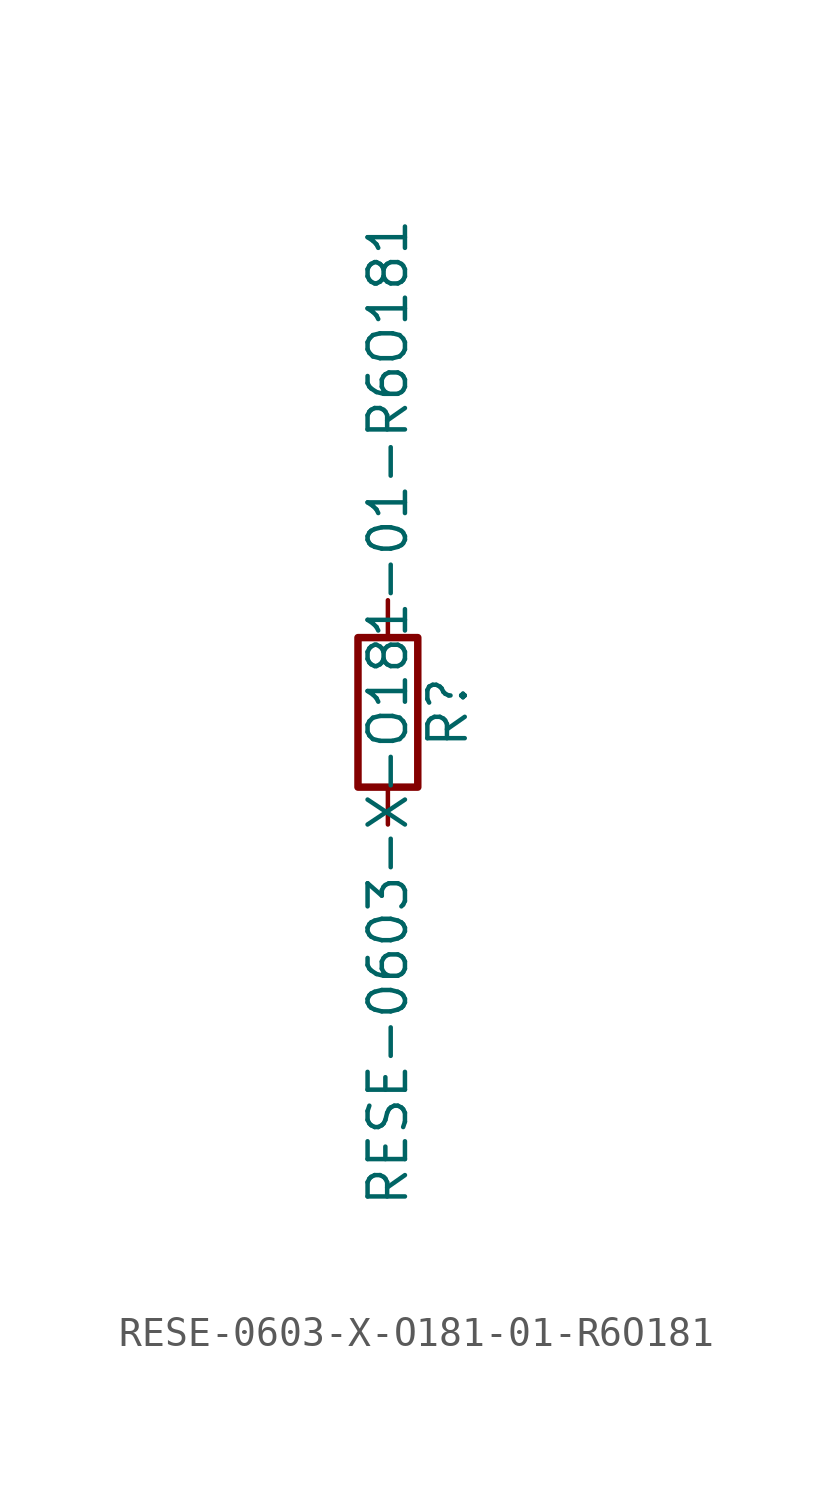
<source format=kicad_sym>
(kicad_symbol_lib
  (version 20211014)
  (generator kicad_symbol_editor)
  (symbol "RESE-0603-X-O181-01-R6O181"
    (pin_numbers hide)
    (pin_names
      (offset 0))
    (property "Reference" "R"
      (at 2.032 0 90)
      (effects (font (size 1.27 1.27))))
    (property "Value" "RESE-0603-X-O181-01-R6O181"
      (at 0 0 90)
      (effects (font (size 1.27 1.27))))
    (symbol "RESE-0603-X-O181-01-R6O181_0_1"
      (rectangle (start -1.016 -2.54) (end 1.016 2.54) (stroke (width 0.254) (type default) (color 0 0 0 0)) (fill (type none))))
    (symbol "RESE-0603-X-O181-01-R6O181_1_1"
      (pin passive line (at 0 3.81 270) (length 1.27) (name "~" (effects (font (size 1.27 1.27)))) (number "1" (effects (font (size 1.27 1.27)))))
      (pin passive line (at 0 -3.81 90) (length 1.27) (name "~" (effects (font (size 1.27 1.27)))) (number "2" (effects (font (size 1.27 1.27))))))))
</source>
